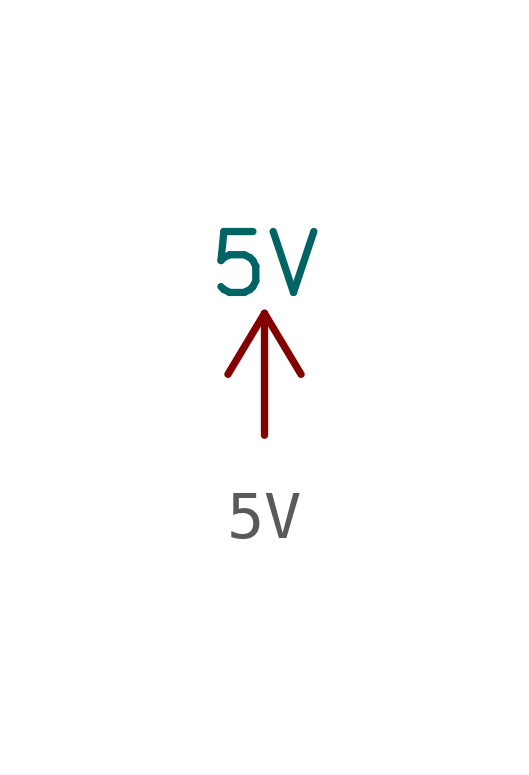
<source format=kicad_sym>
(kicad_symbol_lib
  (version 20211014)
  (generator kicad_symbol_editor)
  (symbol "5V"
    (power)
    (pin_names
      (offset 0))
    (property "Reference" "#PWR"
      (at 0 -3.81 0)
      (effects (font (size 1.27 1.27)) hide))
    (property "Value" "5V"
      (at 0 3.556 0)
      (effects (font (size 1.27 1.27))))
    (symbol "5V_0_1"
      (polyline (pts (xy -0.762 1.27) (xy 0 2.54)) (stroke (width 0) (type default) (color 0 0 0 0)) (fill (type none)))
      (polyline (pts (xy 0 0) (xy 0 2.54)) (stroke (width 0) (type default) (color 0 0 0 0)) (fill (type none)))
      (polyline (pts (xy 0 2.54) (xy 0.762 1.27)) (stroke (width 0) (type default) (color 0 0 0 0)) (fill (type none))))
    (symbol "5V_1_1"
      (pin power_in line (at 0 0 90) (length 0) hide (name "+5V" (effects (font (size 1.27 1.27)))) (number "1" (effects (font (size 1.27 1.27))))))))
</source>
